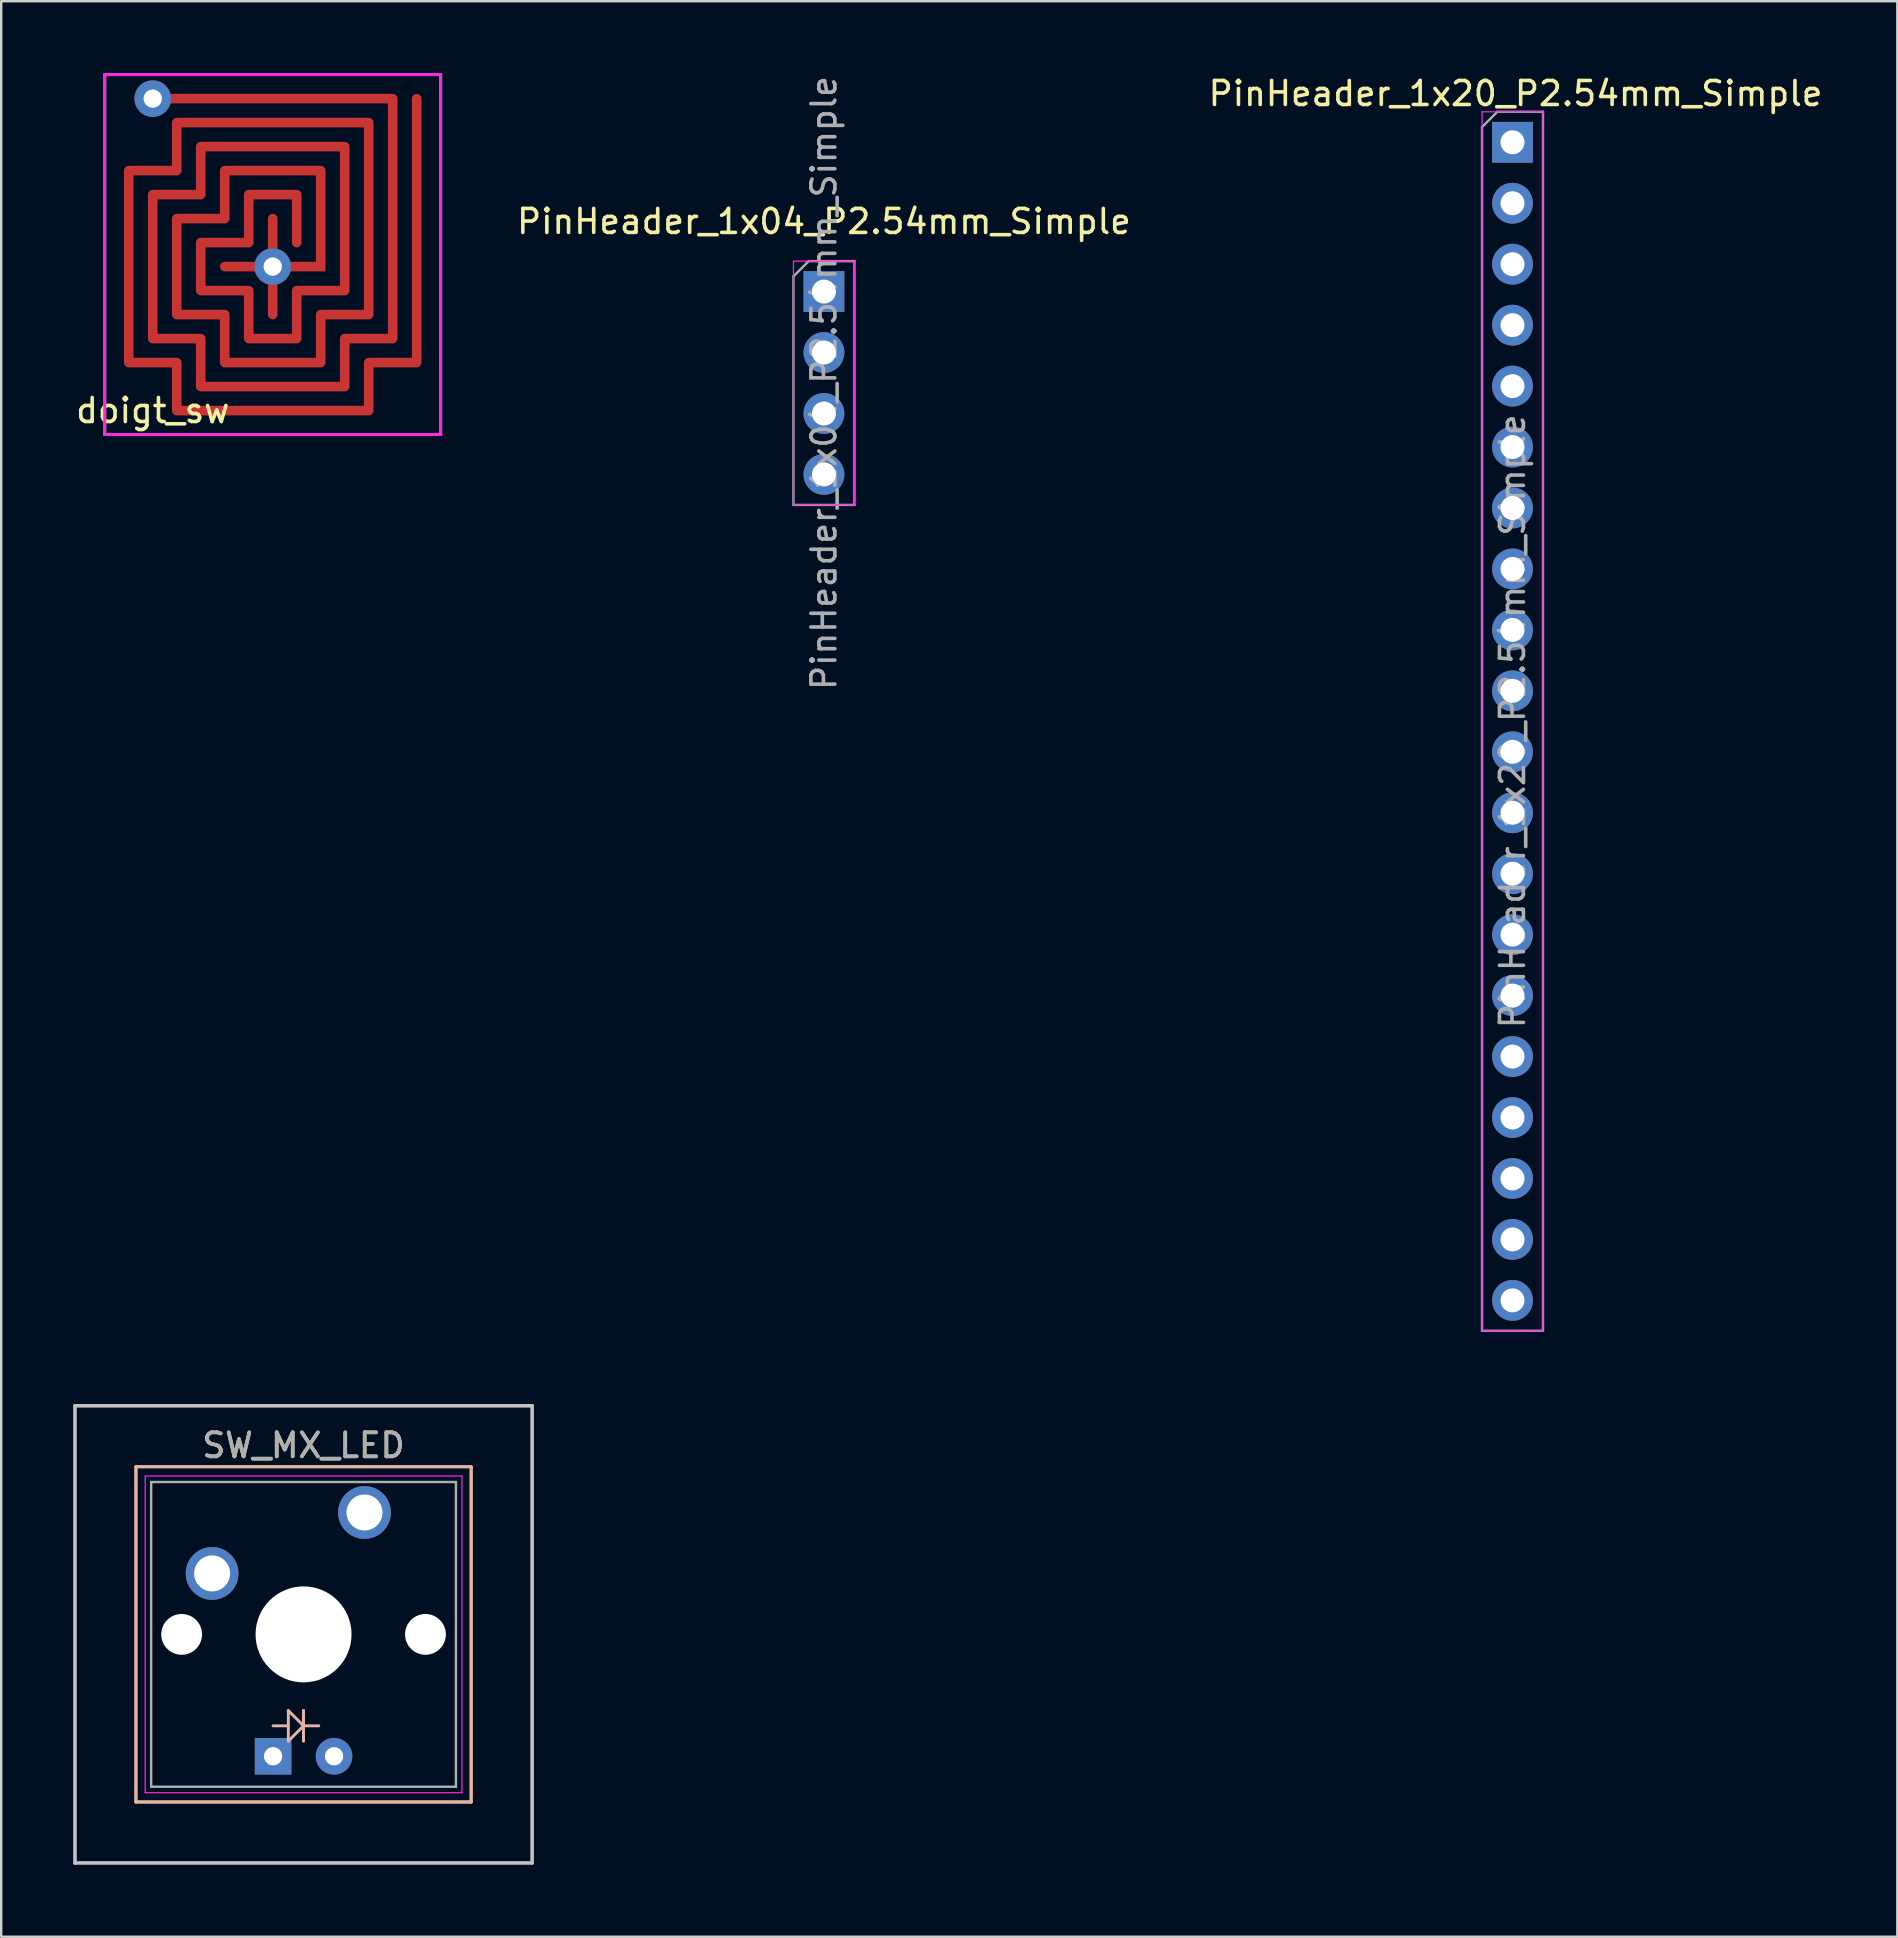
<source format=kicad_pcb>
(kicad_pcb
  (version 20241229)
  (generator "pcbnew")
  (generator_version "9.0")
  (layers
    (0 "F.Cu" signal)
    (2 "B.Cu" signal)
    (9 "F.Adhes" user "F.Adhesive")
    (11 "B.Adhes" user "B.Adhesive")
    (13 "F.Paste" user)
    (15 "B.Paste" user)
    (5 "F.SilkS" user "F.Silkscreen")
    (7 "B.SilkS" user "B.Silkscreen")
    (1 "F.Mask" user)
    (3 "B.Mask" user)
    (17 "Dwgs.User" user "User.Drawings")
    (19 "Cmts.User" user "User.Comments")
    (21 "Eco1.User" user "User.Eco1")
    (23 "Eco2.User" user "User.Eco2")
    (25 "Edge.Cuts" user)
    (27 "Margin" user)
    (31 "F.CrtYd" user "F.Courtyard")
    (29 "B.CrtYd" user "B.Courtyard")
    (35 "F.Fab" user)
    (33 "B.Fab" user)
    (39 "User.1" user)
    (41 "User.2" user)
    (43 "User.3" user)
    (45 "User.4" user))
  (footprint "PinHeader_1x04_P2.54mm_Simple"
    (layer "F.Cu")
    (at 31.286 9.101)
    (property "Reference" "PinHeader_1x04_P2.54mm_Simple" (at 0 -2.921 0) (layer "F.SilkS") (effects (font (size 1 1) (thickness 0.15))))
    (attr through_hole)
    (fp_line (start -1.27 -1.27) (end -1.27 8.89) (stroke (width 0.05) (type solid)) (layer "F.CrtYd"))
    (fp_line (start -1.27 8.89) (end 1.27 8.89) (stroke (width 0.05) (type solid)) (layer "F.CrtYd"))
    (fp_line (start 1.27 -1.27) (end -1.27 -1.27) (stroke (width 0.05) (type solid)) (layer "F.CrtYd"))
    (fp_line (start 1.27 8.89) (end 1.27 -1.27) (stroke (width 0.05) (type solid)) (layer "F.CrtYd"))
    (fp_line (start -1.27 -0.635) (end -0.635 -1.27) (stroke (width 0.1) (type solid)) (layer "F.Fab"))
    (fp_line (start -1.27 8.89) (end -1.27 -0.635) (stroke (width 0.1) (type solid)) (layer "F.Fab"))
    (fp_line (start -0.635 -1.27) (end 1.27 -1.27) (stroke (width 0.1) (type solid)) (layer "F.Fab"))
    (fp_line (start 1.27 -1.27) (end 1.27 8.89) (stroke (width 0.1) (type solid)) (layer "F.Fab"))
    (fp_line (start 1.27 8.89) (end -1.27 8.89) (stroke (width 0.1) (type solid)) (layer "F.Fab"))
    (fp_text user "${REFERENCE}" (at 0 3.81 90) (layer "F.Fab") (effects (font (size 1 1) (thickness 0.15))))
    (pad "1" thru_hole rect (at 0 0) (size 1.7 1.7) (drill 1) (layers "*.Cu" "*.Mask"))
    (pad "2" thru_hole oval (at 0 2.54) (size 1.7 1.7) (drill 1) (layers "*.Cu" "*.Mask"))
    (pad "3" thru_hole oval (at 0 5.08) (size 1.7 1.7) (drill 1) (layers "*.Cu" "*.Mask"))
    (pad "4" thru_hole oval (at 0 7.62) (size 1.7 1.7) (drill 1) (layers "*.Cu" "*.Mask")))
  (footprint "SW_MX_LED"
    (layer "F.Cu")
    (at 12.14 59.98)
    (property "Reference" "SW_MX_LED" (at -2.54 -2.794 0) (layer "F.SilkS") (effects (font (size 1 1) (thickness 0.15))))
    (attr through_hole)
    (fp_line (start -9.525 -1.905) (end 4.445 -1.905) (stroke (width 0.12) (type solid)) (layer "F.SilkS"))
    (fp_line (start -9.525 12.065) (end -9.525 -1.905) (stroke (width 0.12) (type solid)) (layer "F.SilkS"))
    (fp_line (start 4.445 -1.905) (end 4.445 12.065) (stroke (width 0.12) (type solid)) (layer "F.SilkS"))
    (fp_line (start 4.445 12.065) (end -9.525 12.065) (stroke (width 0.12) (type solid)) (layer "F.SilkS"))
    (fp_line (start -9.525 -1.905) (end -9.525 12.065) (stroke (width 0.12) (type solid)) (layer "B.SilkS"))
    (fp_line (start -9.525 12.065) (end 4.445 12.065) (stroke (width 0.12) (type solid)) (layer "B.SilkS"))
    (fp_line (start -3.81 8.89) (end -3.175 8.89) (stroke (width 0.12) (type solid)) (layer "B.SilkS"))
    (fp_line (start -3.175 8.255) (end -3.175 9.525) (stroke (width 0.12) (type solid)) (layer "B.SilkS"))
    (fp_line (start -3.175 9.525) (end -2.54 8.89) (stroke (width 0.12) (type solid)) (layer "B.SilkS"))
    (fp_line (start -2.54 8.255) (end -2.54 9.525) (stroke (width 0.12) (type solid)) (layer "B.SilkS"))
    (fp_line (start -2.54 8.89) (end -3.175 8.255) (stroke (width 0.12) (type solid)) (layer "B.SilkS"))
    (fp_line (start -2.54 8.89) (end -2.54 8.255) (stroke (width 0.12) (type solid)) (layer "B.SilkS"))
    (fp_line (start -2.54 9.525) (end -2.54 8.89) (stroke (width 0.12) (type solid)) (layer "B.SilkS"))
    (fp_line (start -1.905 8.89) (end -2.54 8.89) (stroke (width 0.12) (type solid)) (layer "B.SilkS"))
    (fp_line (start 4.445 -1.905) (end -9.525 -1.905) (stroke (width 0.12) (type solid)) (layer "B.SilkS"))
    (fp_line (start 4.445 12.065) (end 4.445 -1.905) (stroke (width 0.12) (type solid)) (layer "B.SilkS"))
    (fp_line (start -12.065 -4.445) (end 6.985 -4.445) (stroke (width 0.15) (type solid)) (layer "Dwgs.User"))
    (fp_line (start -12.065 14.605) (end -12.065 -4.445) (stroke (width 0.15) (type solid)) (layer "Dwgs.User"))
    (fp_line (start 6.985 -4.445) (end 6.985 14.605) (stroke (width 0.15) (type solid)) (layer "Dwgs.User"))
    (fp_line (start 6.985 14.605) (end -12.065 14.605) (stroke (width 0.15) (type solid)) (layer "Dwgs.User"))
    (fp_line (start -9.14 -1.52) (end 4.06 -1.52) (stroke (width 0.05) (type solid)) (layer "F.CrtYd"))
    (fp_line (start -9.14 11.68) (end -9.14 -1.52) (stroke (width 0.05) (type solid)) (layer "F.CrtYd"))
    (fp_line (start 4.06 -1.52) (end 4.06 11.68) (stroke (width 0.05) (type solid)) (layer "F.CrtYd"))
    (fp_line (start 4.06 11.68) (end -9.14 11.68) (stroke (width 0.05) (type solid)) (layer "F.CrtYd"))
    (fp_line (start -8.89 -1.27) (end 3.81 -1.27) (stroke (width 0.1) (type solid)) (layer "F.Fab"))
    (fp_line (start -8.89 11.43) (end -8.89 -1.27) (stroke (width 0.1) (type solid)) (layer "F.Fab"))
    (fp_line (start 3.81 -1.27) (end 3.81 11.43) (stroke (width 0.1) (type solid)) (layer "F.Fab"))
    (fp_line (start 3.81 11.43) (end -8.89 11.43) (stroke (width 0.1) (type solid)) (layer "F.Fab"))
    (fp_text user "${REFERENCE}" (at -2.54 -2.794 0) (layer "F.Fab") (effects (font (size 1 1) (thickness 0.15))))
    (pad "" np_thru_hole circle (at -7.62 5.08) (size 1.7 1.7) (drill 1.7) (layers "*.Cu" "*.Mask"))
    (pad "" np_thru_hole circle (at -2.54 5.08) (size 4 4) (drill 4) (layers "*.Cu" "*.Mask"))
    (pad "" np_thru_hole circle (at 2.54 5.08) (size 1.7 1.7) (drill 1.7) (layers "*.Cu" "*.Mask"))
    (pad "1" thru_hole circle (at 0 0) (size 2.2 2.2) (drill 1.5) (layers "*.Cu" "*.Mask"))
    (pad "2" thru_hole circle (at -6.35 2.54) (size 2.2 2.2) (drill 1.5) (layers "*.Cu" "*.Mask"))
    (pad "3" thru_hole circle (at -1.27 10.16) (size 1.524 1.524) (drill 0.762) (layers "*.Cu" "*.Mask"))
    (pad "4" thru_hole rect (at -3.81 10.16) (size 1.524 1.524) (drill 0.762) (layers "*.Cu" "*.Mask")))
  (footprint "doigt_sw"
    (layer "F.Cu")
    (at 8.315 8.06)
    (property "Reference" "doigt_sw" (at -5 6 0) (layer "F.SilkS") (effects (font (size 1 1) (thickness 0.15))))
    (attr through_hole)
    (fp_line (start -7 -8) (end 0 -8) (stroke (width 0.12) (type solid)) (layer "Eco1.User"))
    (fp_line (start -7 7) (end -7 -8) (stroke (width 0.12) (type solid)) (layer "Eco1.User"))
    (fp_line (start 0 -8) (end 1 -8) (stroke (width 0.12) (type solid)) (layer "Eco1.User"))
    (fp_line (start 0 7) (end -7 7) (stroke (width 0.12) (type solid)) (layer "Eco1.User"))
    (fp_line (start 1 -8) (end 7 -8) (stroke (width 0.12) (type solid)) (layer "Eco1.User"))
    (fp_line (start 7 -8) (end 7 0) (stroke (width 0.12) (type solid)) (layer "Eco1.User"))
    (fp_line (start 7 0) (end 7 7) (stroke (width 0.12) (type solid)) (layer "Eco1.User"))
    (fp_line (start 7 7) (end 0 7) (stroke (width 0.12) (type solid)) (layer "Eco1.User"))
    (fp_line (start -7 -8) (end 7 -8) (stroke (width 0.12) (type solid)) (layer "F.CrtYd"))
    (fp_line (start -7 7) (end -7 -8) (stroke (width 0.12) (type solid)) (layer "F.CrtYd"))
    (fp_line (start 7 -8) (end 7 7) (stroke (width 0.12) (type solid)) (layer "F.CrtYd"))
    (fp_line (start 7 7) (end -7 7) (stroke (width 0.12) (type solid)) (layer "F.CrtYd"))
    (fp_line (start -7 -8) (end 7 -8) (stroke (width 0.12) (type solid)) (layer "F.Fab"))
    (fp_line (start -7 7) (end -7 -8) (stroke (width 0.12) (type solid)) (layer "F.Fab"))
    (fp_line (start 7 -8) (end 7 7) (stroke (width 0.12) (type solid)) (layer "F.Fab"))
    (fp_line (start 7 7) (end -7 7) (stroke (width 0.12) (type solid)) (layer "F.Fab"))
    (pad "1" thru_hole circle (at 0 0) (size 1.524 1.524) (drill 0.762) (layers "*.Cu" "*.Mask"))
    (pad "1" smd custom (at 1 0 90) (size 0.4 2.4) (layers "F.Cu" "F.Mask" "F.Paste") (options (anchor rect)) (primitives (gr_line (start 0 1) (end 4 1) (width 0.4)) (gr_line (start 4 1) (end 4 -3) (width 0.4)) (gr_line (start 4 -3) (end 2 -3) (width 0.4)) (gr_line (start 2 -3) (end 2 -5) (width 0.4)) (gr_line (start 2 -5) (end -2 -5) (width 0.4)) (gr_line (start -2 -5) (end -2 -3) (width 0.4)) (gr_line (start -2 -3) (end -4 -3) (width 0.4)) (gr_line (start -4 -3) (end -4 1) (width 0.4)) (gr_line (start -4 1) (end -2 1) (width 0.4)) (gr_line (start -2 1) (end -2 3) (width 0.4)) (gr_line (start -2 3) (end 6 3) (width 0.4)) (gr_line (start 6 3) (end 6 -5) (width 0.4)) (gr_line (start 6 -5) (end 4 -5) (width 0.4)) (gr_line (start 4 -5) (end 4 -7) (width 0.4)) (gr_line (start 4 -7) (end -4 -7) (width 0.4)) (gr_line (start -4 -7) (end -4 -5) (width 0.4)) (gr_line (start -4 -5) (end -6 -5) (width 0.4)) (gr_line (start -6 -5) (end -6 3) (width 0.4)) (gr_line (start -6 3) (end -4 3) (width 0.4)) (gr_line (start -4 3) (end -4 5) (width 0.4)) (gr_line (start -4 5) (end 7 5) (width 0.4)) (gr_line (start 0 -1) (end 0 -3) (width 0.4)) (gr_line (start 2 -1) (end -2 -1) (width 0.4))))
    (pad "2" thru_hole circle (at -5 -7) (size 1.524 1.524) (drill 0.762) (layers "*.Cu" "*.Mask"))
    (pad "2" smd custom (at -4 -7 180) (size 2.4 0.4) (layers "F.Cu" "F.Mask" "F.Paste") (options (anchor rect)) (primitives (gr_line (start 0 0) (end -9 0) (width 0.4)) (gr_line (start -9 0) (end -9 -10) (width 0.4)) (gr_line (start -9 -10) (end -7 -10) (width 0.4)) (gr_line (start -7 -10) (end -7 -12) (width 0.4)) (gr_line (start -7 -12) (end -1 -12) (width 0.4)) (gr_line (start -1 -12) (end -1 -10) (width 0.4)) (gr_line (start -1 -10) (end 1 -10) (width 0.4)) (gr_line (start 1 -10) (end 1 -4) (width 0.4)) (gr_line (start 1 -4) (end -1 -4) (width 0.4)) (gr_line (start -1 -4) (end -1 -2) (width 0.4)) (gr_line (start -1 -2) (end -7 -2) (width 0.4)) (gr_line (start -7 -2) (end -7 -8) (width 0.4)) (gr_line (start -7 -8) (end -5 -8) (width 0.4)) (gr_line (start -5 -8) (end -5 -10) (width 0.4)) (gr_line (start -5 -10) (end -3 -10) (width 0.4)) (gr_line (start -3 -10) (end -3 -8) (width 0.4)) (gr_line (start -3 -8) (end -1 -8) (width 0.4)) (gr_line (start -1 -8) (end -1 -6) (width 0.4)) (gr_line (start -1 -6) (end -3 -6) (width 0.4)) (gr_line (start -3 -6) (end -3 -4) (width 0.4)) (gr_line (start -3 -4) (end -5 -4) (width 0.4)) (gr_line (start -5 -4) (end -5 -6) (width 0.4)))))
  (footprint "PinHeader_1x20_P2.54mm_Simple"
    (layer "F.Cu")
    (at 59.981 2.88)
    (property "Reference" "PinHeader_1x20_P2.54mm_Simple" (at 0.127 -2.032 0) (layer "F.SilkS") (effects (font (size 1 1) (thickness 0.15))))
    (attr through_hole)
    (fp_line (start -1.27 -1.27) (end -1.27 49.53) (stroke (width 0.05) (type solid)) (layer "F.CrtYd"))
    (fp_line (start -1.27 49.53) (end 1.27 49.53) (stroke (width 0.05) (type solid)) (layer "F.CrtYd"))
    (fp_line (start 1.27 -1.27) (end -1.27 -1.27) (stroke (width 0.05) (type solid)) (layer "F.CrtYd"))
    (fp_line (start 1.27 49.53) (end 1.27 -1.27) (stroke (width 0.05) (type solid)) (layer "F.CrtYd"))
    (fp_line (start -1.27 -0.635) (end -0.635 -1.27) (stroke (width 0.1) (type solid)) (layer "F.Fab"))
    (fp_line (start -1.27 49.53) (end -1.27 -0.635) (stroke (width 0.1) (type solid)) (layer "F.Fab"))
    (fp_line (start -0.635 -1.27) (end 1.27 -1.27) (stroke (width 0.1) (type solid)) (layer "F.Fab"))
    (fp_line (start 1.27 -1.27) (end 1.27 49.53) (stroke (width 0.1) (type solid)) (layer "F.Fab"))
    (fp_line (start 1.27 49.53) (end -1.27 49.53) (stroke (width 0.1) (type solid)) (layer "F.Fab"))
    (fp_text user "${REFERENCE}" (at 0 24.13 90) (layer "F.Fab") (effects (font (size 1 1) (thickness 0.15))))
    (pad "1" thru_hole rect (at 0 0) (size 1.7 1.7) (drill 1) (layers "*.Cu" "*.Mask"))
    (pad "2" thru_hole oval (at 0 2.54) (size 1.7 1.7) (drill 1) (layers "*.Cu" "*.Mask"))
    (pad "3" thru_hole oval (at 0 5.08) (size 1.7 1.7) (drill 1) (layers "*.Cu" "*.Mask"))
    (pad "4" thru_hole oval (at 0 7.62) (size 1.7 1.7) (drill 1) (layers "*.Cu" "*.Mask"))
    (pad "5" thru_hole oval (at 0 10.16) (size 1.7 1.7) (drill 1) (layers "*.Cu" "*.Mask"))
    (pad "6" thru_hole oval (at 0 12.7) (size 1.7 1.7) (drill 1) (layers "*.Cu" "*.Mask"))
    (pad "7" thru_hole oval (at 0 15.24) (size 1.7 1.7) (drill 1) (layers "*.Cu" "*.Mask"))
    (pad "8" thru_hole oval (at 0 17.78) (size 1.7 1.7) (drill 1) (layers "*.Cu" "*.Mask"))
    (pad "9" thru_hole oval (at 0 20.32) (size 1.7 1.7) (drill 1) (layers "*.Cu" "*.Mask"))
    (pad "10" thru_hole oval (at 0 22.86) (size 1.7 1.7) (drill 1) (layers "*.Cu" "*.Mask"))
    (pad "11" thru_hole oval (at 0 25.4) (size 1.7 1.7) (drill 1) (layers "*.Cu" "*.Mask"))
    (pad "12" thru_hole oval (at 0 27.94) (size 1.7 1.7) (drill 1) (layers "*.Cu" "*.Mask"))
    (pad "13" thru_hole oval (at 0 30.48) (size 1.7 1.7) (drill 1) (layers "*.Cu" "*.Mask"))
    (pad "14" thru_hole oval (at 0 33.02) (size 1.7 1.7) (drill 1) (layers "*.Cu" "*.Mask"))
    (pad "15" thru_hole oval (at 0 35.56) (size 1.7 1.7) (drill 1) (layers "*.Cu" "*.Mask"))
    (pad "16" thru_hole oval (at 0 38.1) (size 1.7 1.7) (drill 1) (layers "*.Cu" "*.Mask"))
    (pad "17" thru_hole oval (at 0 40.64) (size 1.7 1.7) (drill 1) (layers "*.Cu" "*.Mask"))
    (pad "18" thru_hole oval (at 0 43.18) (size 1.7 1.7) (drill 1) (layers "*.Cu" "*.Mask"))
    (pad "19" thru_hole oval (at 0 45.72) (size 1.7 1.7) (drill 1) (layers "*.Cu" "*.Mask"))
    (pad "20" thru_hole oval (at 0 48.26) (size 1.7 1.7) (drill 1) (layers "*.Cu" "*.Mask")))
  (gr_rect
    (start -3 -3)
    (end 76.018 77.66)
    (stroke (width 0.1) (type default))
    (fill no)
    (layer "Edge.Cuts")))
</source>
